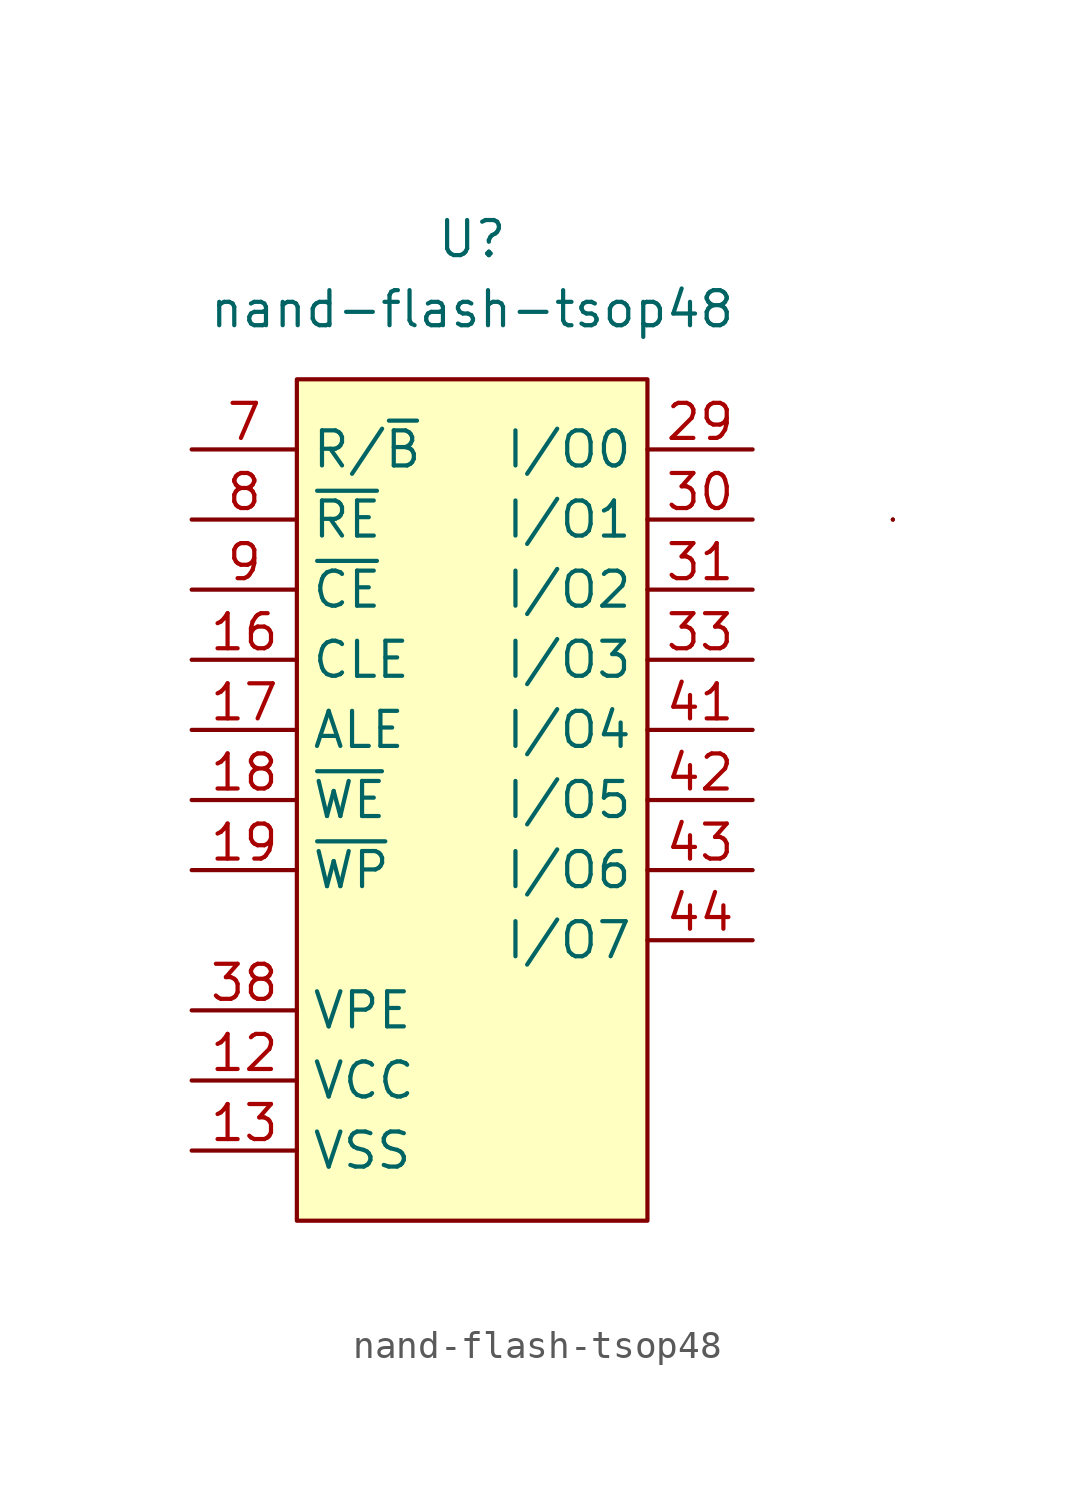
<source format=kicad_sym>
(kicad_symbol_lib
  (version 20211014)
  (generator kicad_symbol_editor)
  (symbol "nand-flash-tsop48"
    (property "Reference" "U"
      (at 0 3.81 0)
      (effects (font (size 1.27 1.27))))
    (property "Value" "nand-flash-tsop48"
      (at 0 1.27 0)
      (effects (font (size 1.27 1.27))))
    (symbol "nand-flash-tsop48_0_1"
      (rectangle (start -6.35 -1.27) (end 6.35 -31.75) (stroke (width 0) (type default) (color 0 0 0 0)) (fill (type background)))
      (rectangle (start 15.24 -6.35) (end 15.24 -6.35) (stroke (width 0) (type default) (color 0 0 0 0)) (fill (type none)))
      (rectangle (start 15.24 -6.35) (end 15.24 -6.35) (stroke (width 0) (type default) (color 0 0 0 0)) (fill (type none))))
    (symbol "nand-flash-tsop48_1_1"
      (pin passive line (at -10.16 -26.67 0) (length 3.81) (name "VCC" (effects (font (size 1.27 1.27)))) (number "12" (effects (font (size 1.27 1.27)))))
      (pin passive line (at -10.16 -29.21 0) (length 3.81) (name "VSS" (effects (font (size 1.27 1.27)))) (number "13" (effects (font (size 1.27 1.27)))))
      (pin passive line (at -10.16 -11.43 0) (length 3.81) (name "CLE" (effects (font (size 1.27 1.27)))) (number "16" (effects (font (size 1.27 1.27)))))
      (pin passive line (at -10.16 -13.97 0) (length 3.81) (name "ALE" (effects (font (size 1.27 1.27)))) (number "17" (effects (font (size 1.27 1.27)))))
      (pin passive line (at -10.16 -16.51 0) (length 3.81) (name "~{WE}" (effects (font (size 1.27 1.27)))) (number "18" (effects (font (size 1.27 1.27)))))
      (pin passive line (at -10.16 -19.05 0) (length 3.81) (name "~{WP}" (effects (font (size 1.27 1.27)))) (number "19" (effects (font (size 1.27 1.27)))))
      (pin passive line (at -10.16 -29.21 0) (length 3.81) hide (name "VSS" (effects (font (size 1.27 1.27)))) (number "25" (effects (font (size 1.27 1.27)))))
      (pin passive line (at 10.16 -3.81 180) (length 3.81) (name "I/O0" (effects (font (size 1.27 1.27)))) (number "29" (effects (font (size 1.27 1.27)))))
      (pin passive line (at 10.16 -6.35 180) (length 3.81) (name "I/O1" (effects (font (size 1.27 1.27)))) (number "30" (effects (font (size 1.27 1.27)))))
      (pin passive line (at 10.16 -8.89 180) (length 3.81) (name "I/O2" (effects (font (size 1.27 1.27)))) (number "31" (effects (font (size 1.27 1.27)))))
      (pin passive line (at 10.16 -11.43 180) (length 3.81) (name "I/O3" (effects (font (size 1.27 1.27)))) (number "33" (effects (font (size 1.27 1.27)))))
      (pin passive line (at -10.16 -26.67 0) (length 3.81) hide (name "VCC" (effects (font (size 1.27 1.27)))) (number "34" (effects (font (size 1.27 1.27)))))
      (pin passive line (at -10.16 -29.21 0) (length 3.81) hide (name "VSS" (effects (font (size 1.27 1.27)))) (number "36" (effects (font (size 1.27 1.27)))))
      (pin passive line (at -10.16 -26.67 0) (length 3.81) hide (name "VCC" (effects (font (size 1.27 1.27)))) (number "37" (effects (font (size 1.27 1.27)))))
      (pin passive line (at -10.16 -24.13 0) (length 3.81) (name "VPE" (effects (font (size 1.27 1.27)))) (number "38" (effects (font (size 1.27 1.27)))))
      (pin passive line (at -10.16 -26.67 0) (length 3.81) hide (name "VCC" (effects (font (size 1.27 1.27)))) (number "39" (effects (font (size 1.27 1.27)))))
      (pin passive line (at 10.16 -13.97 180) (length 3.81) (name "I/O4" (effects (font (size 1.27 1.27)))) (number "41" (effects (font (size 1.27 1.27)))))
      (pin passive line (at 10.16 -16.51 180) (length 3.81) (name "I/O5" (effects (font (size 1.27 1.27)))) (number "42" (effects (font (size 1.27 1.27)))))
      (pin passive line (at 10.16 -19.05 180) (length 3.81) (name "I/O6" (effects (font (size 1.27 1.27)))) (number "43" (effects (font (size 1.27 1.27)))))
      (pin passive line (at 10.16 -21.59 180) (length 3.81) (name "I/O7" (effects (font (size 1.27 1.27)))) (number "44" (effects (font (size 1.27 1.27)))))
      (pin passive line (at -10.16 -29.21 0) (length 3.81) hide (name "VSS" (effects (font (size 1.27 1.27)))) (number "48" (effects (font (size 1.27 1.27)))))
      (pin passive line (at -10.16 -3.81 0) (length 3.81) (name "R/~{B}" (effects (font (size 1.27 1.27)))) (number "7" (effects (font (size 1.27 1.27)))))
      (pin passive line (at -10.16 -6.35 0) (length 3.81) (name "~{RE}" (effects (font (size 1.27 1.27)))) (number "8" (effects (font (size 1.27 1.27)))))
      (pin passive line (at -10.16 -8.89 0) (length 3.81) (name "~{CE}" (effects (font (size 1.27 1.27)))) (number "9" (effects (font (size 1.27 1.27))))))))
</source>
